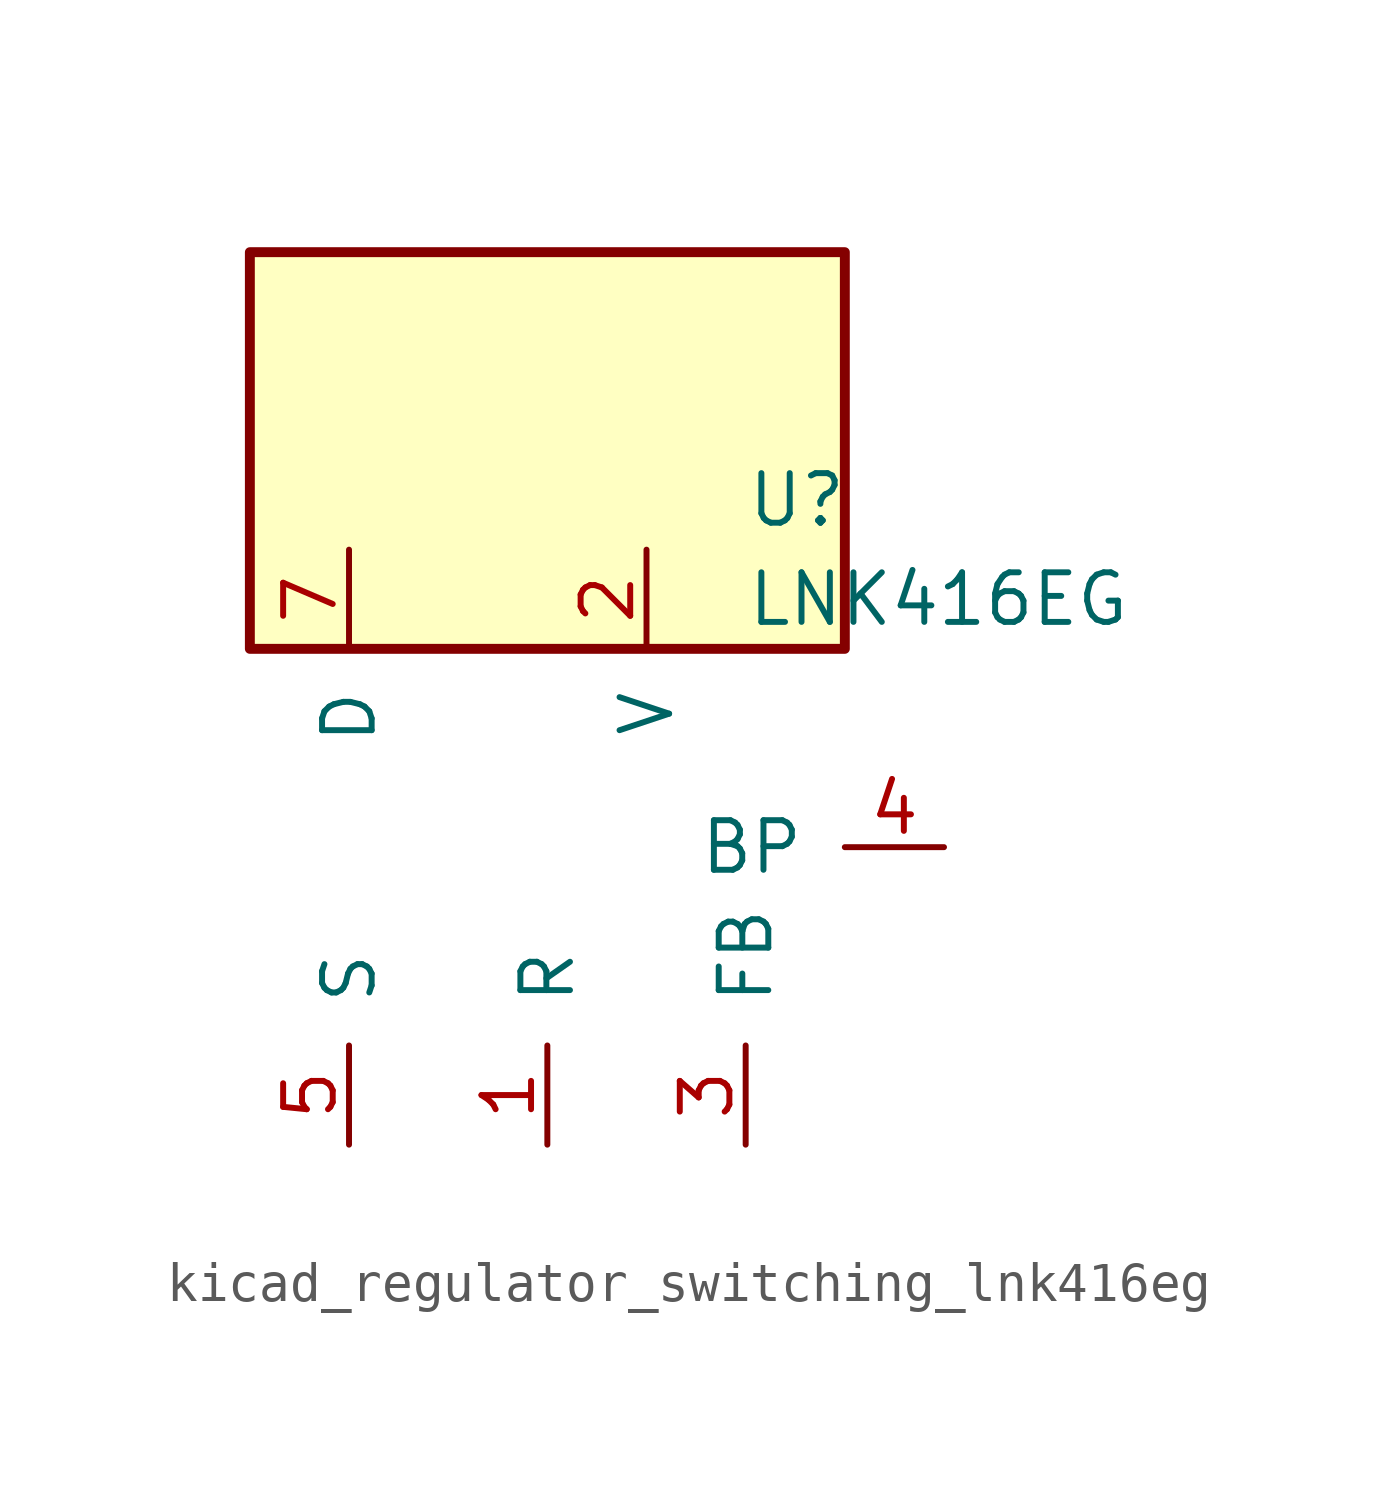
<source format=kicad_sym>
(kicad_symbol_lib
  (version 20220914)
  (generator kicad_symbol_editor)
  (symbol "kicad_regulator_switching_lnk416eg"
    (pin_names
      (offset 1.016))
    (property "Reference" "U"
      (at 5.08 8.89 0)
      (effects (font (size 1.27 1.27)) (justify left)))
    (property "Value" "LNK416EG"
      (at 5.08 6.35 0)
      (effects (font (size 1.27 1.27)) (justify left)))
    (symbol "kicad_regulator_switching_lnk416eg_0_1"
      (rectangle (start 7.62 15.24) (end -7.62 5.08) (stroke (width 0.254) (type default)) (fill (type background))))
    (symbol "kicad_regulator_switching_lnk416eg_1_1"
      (pin input line (at 0 -7.62 90) (length 2.54) (name "R" (effects (font (size 1.27 1.27)))) (number "1" (effects (font (size 1.27 1.27)))))
      (pin input line (at 2.54 7.62 270) (length 2.54) (name "V" (effects (font (size 1.27 1.27)))) (number "2" (effects (font (size 1.27 1.27)))))
      (pin input line (at 5.08 -7.62 90) (length 2.54) (name "FB" (effects (font (size 1.27 1.27)))) (number "3" (effects (font (size 1.27 1.27)))))
      (pin input line (at 10.16 0 180) (length 2.54) (name "BP" (effects (font (size 1.27 1.27)))) (number "4" (effects (font (size 1.27 1.27)))))
      (pin power_in line (at -5.08 -7.62 90) (length 2.54) (name "S" (effects (font (size 1.27 1.27)))) (number "5" (effects (font (size 1.27 1.27)))))
      (pin open_collector line (at -5.08 7.62 270) (length 2.54) (name "D" (effects (font (size 1.27 1.27)))) (number "7" (effects (font (size 1.27 1.27))))))))
</source>
